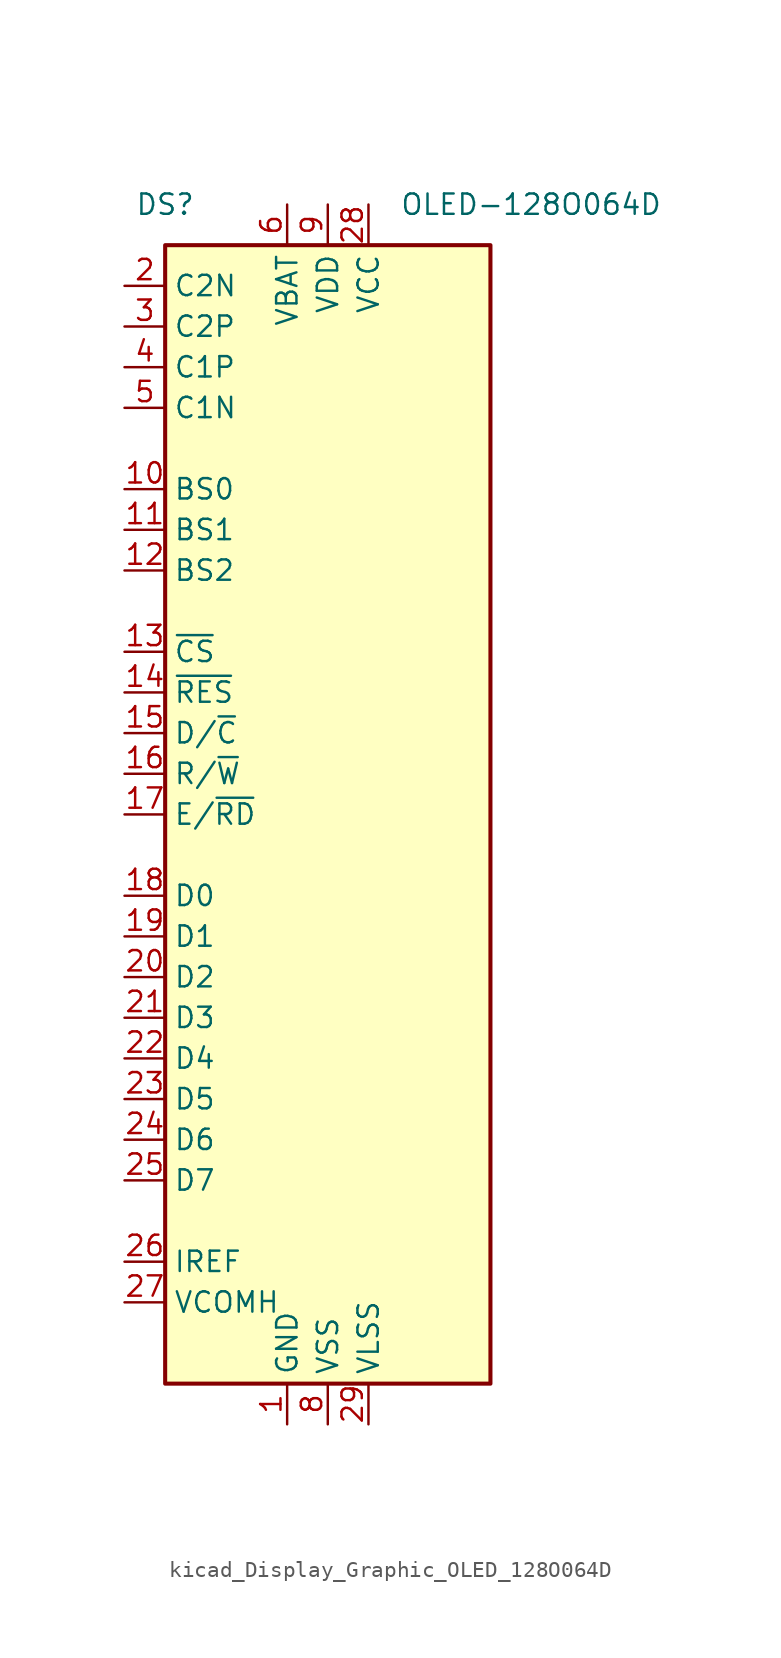
<source format=kicad_sym>
(kicad_symbol_lib
  (version 20220914)
  (generator kicad_symbol_editor)
  (symbol "kicad_Display_Graphic_OLED_128O064D"
    (property "Reference" "DS"
      (at -10.16 38.1 0)
      (effects (font (size 1.27 1.27))))
    (property "Value" "OLED-128O064D"
      (at 12.7 38.1 0)
      (effects (font (size 1.27 1.27))))
    (symbol "kicad_Display_Graphic_OLED_128O064D_0_1"
      (rectangle (start -10.16 35.56) (end 10.16 -35.56) (stroke (width 0.254) (type default)) (fill (type background))))
    (symbol "kicad_Display_Graphic_OLED_128O064D_1_1"
      (pin power_in line (at -2.54 -38.1 90) (length 2.54) (name "GND" (effects (font (size 1.27 1.27)))) (number "1" (effects (font (size 1.27 1.27)))))
      (pin input line (at -12.7 20.32 0) (length 2.54) (name "BS0" (effects (font (size 1.27 1.27)))) (number "10" (effects (font (size 1.27 1.27)))))
      (pin input line (at -12.7 17.78 0) (length 2.54) (name "BS1" (effects (font (size 1.27 1.27)))) (number "11" (effects (font (size 1.27 1.27)))))
      (pin input line (at -12.7 15.24 0) (length 2.54) (name "BS2" (effects (font (size 1.27 1.27)))) (number "12" (effects (font (size 1.27 1.27)))))
      (pin input line (at -12.7 10.16 0) (length 2.54) (name "~{CS}" (effects (font (size 1.27 1.27)))) (number "13" (effects (font (size 1.27 1.27)))))
      (pin input line (at -12.7 7.62 0) (length 2.54) (name "~{RES}" (effects (font (size 1.27 1.27)))) (number "14" (effects (font (size 1.27 1.27)))))
      (pin input line (at -12.7 5.08 0) (length 2.54) (name "D/~{C}" (effects (font (size 1.27 1.27)))) (number "15" (effects (font (size 1.27 1.27)))))
      (pin input line (at -12.7 2.54 0) (length 2.54) (name "R/~{W}" (effects (font (size 1.27 1.27)))) (number "16" (effects (font (size 1.27 1.27)))))
      (pin input line (at -12.7 0 0) (length 2.54) (name "E/~{RD}" (effects (font (size 1.27 1.27)))) (number "17" (effects (font (size 1.27 1.27)))))
      (pin bidirectional line (at -12.7 -5.08 0) (length 2.54) (name "D0" (effects (font (size 1.27 1.27)))) (number "18" (effects (font (size 1.27 1.27)))))
      (pin bidirectional line (at -12.7 -7.62 0) (length 2.54) (name "D1" (effects (font (size 1.27 1.27)))) (number "19" (effects (font (size 1.27 1.27)))))
      (pin passive line (at -12.7 33.02 0) (length 2.54) (name "C2N" (effects (font (size 1.27 1.27)))) (number "2" (effects (font (size 1.27 1.27)))))
      (pin bidirectional line (at -12.7 -10.16 0) (length 2.54) (name "D2" (effects (font (size 1.27 1.27)))) (number "20" (effects (font (size 1.27 1.27)))))
      (pin bidirectional line (at -12.7 -12.7 0) (length 2.54) (name "D3" (effects (font (size 1.27 1.27)))) (number "21" (effects (font (size 1.27 1.27)))))
      (pin bidirectional line (at -12.7 -15.24 0) (length 2.54) (name "D4" (effects (font (size 1.27 1.27)))) (number "22" (effects (font (size 1.27 1.27)))))
      (pin bidirectional line (at -12.7 -17.78 0) (length 2.54) (name "D5" (effects (font (size 1.27 1.27)))) (number "23" (effects (font (size 1.27 1.27)))))
      (pin bidirectional line (at -12.7 -20.32 0) (length 2.54) (name "D6" (effects (font (size 1.27 1.27)))) (number "24" (effects (font (size 1.27 1.27)))))
      (pin bidirectional line (at -12.7 -22.86 0) (length 2.54) (name "D7" (effects (font (size 1.27 1.27)))) (number "25" (effects (font (size 1.27 1.27)))))
      (pin passive line (at -12.7 -27.94 0) (length 2.54) (name "IREF" (effects (font (size 1.27 1.27)))) (number "26" (effects (font (size 1.27 1.27)))))
      (pin passive line (at -12.7 -30.48 0) (length 2.54) (name "VCOMH" (effects (font (size 1.27 1.27)))) (number "27" (effects (font (size 1.27 1.27)))))
      (pin power_in line (at 2.54 38.1 270) (length 2.54) (name "VCC" (effects (font (size 1.27 1.27)))) (number "28" (effects (font (size 1.27 1.27)))))
      (pin power_in line (at 2.54 -38.1 90) (length 2.54) (name "VLSS" (effects (font (size 1.27 1.27)))) (number "29" (effects (font (size 1.27 1.27)))))
      (pin passive line (at -12.7 30.48 0) (length 2.54) (name "C2P" (effects (font (size 1.27 1.27)))) (number "3" (effects (font (size 1.27 1.27)))))
      (pin passive line (at -2.54 -38.1 90) (length 2.54) hide (name "GND" (effects (font (size 1.27 1.27)))) (number "30" (effects (font (size 1.27 1.27)))))
      (pin passive line (at -12.7 27.94 0) (length 2.54) (name "C1P" (effects (font (size 1.27 1.27)))) (number "4" (effects (font (size 1.27 1.27)))))
      (pin passive line (at -12.7 25.4 0) (length 2.54) (name "C1N" (effects (font (size 1.27 1.27)))) (number "5" (effects (font (size 1.27 1.27)))))
      (pin power_in line (at -2.54 38.1 270) (length 2.54) (name "VBAT" (effects (font (size 1.27 1.27)))) (number "6" (effects (font (size 1.27 1.27)))))
      (pin no_connect line (at 10.16 0 180) (length 2.54) hide (name "NC" (effects (font (size 1.27 1.27)))) (number "7" (effects (font (size 1.27 1.27)))))
      (pin power_in line (at 0 -38.1 90) (length 2.54) (name "VSS" (effects (font (size 1.27 1.27)))) (number "8" (effects (font (size 1.27 1.27)))))
      (pin power_in line (at 0 38.1 270) (length 2.54) (name "VDD" (effects (font (size 1.27 1.27)))) (number "9" (effects (font (size 1.27 1.27))))))))
</source>
